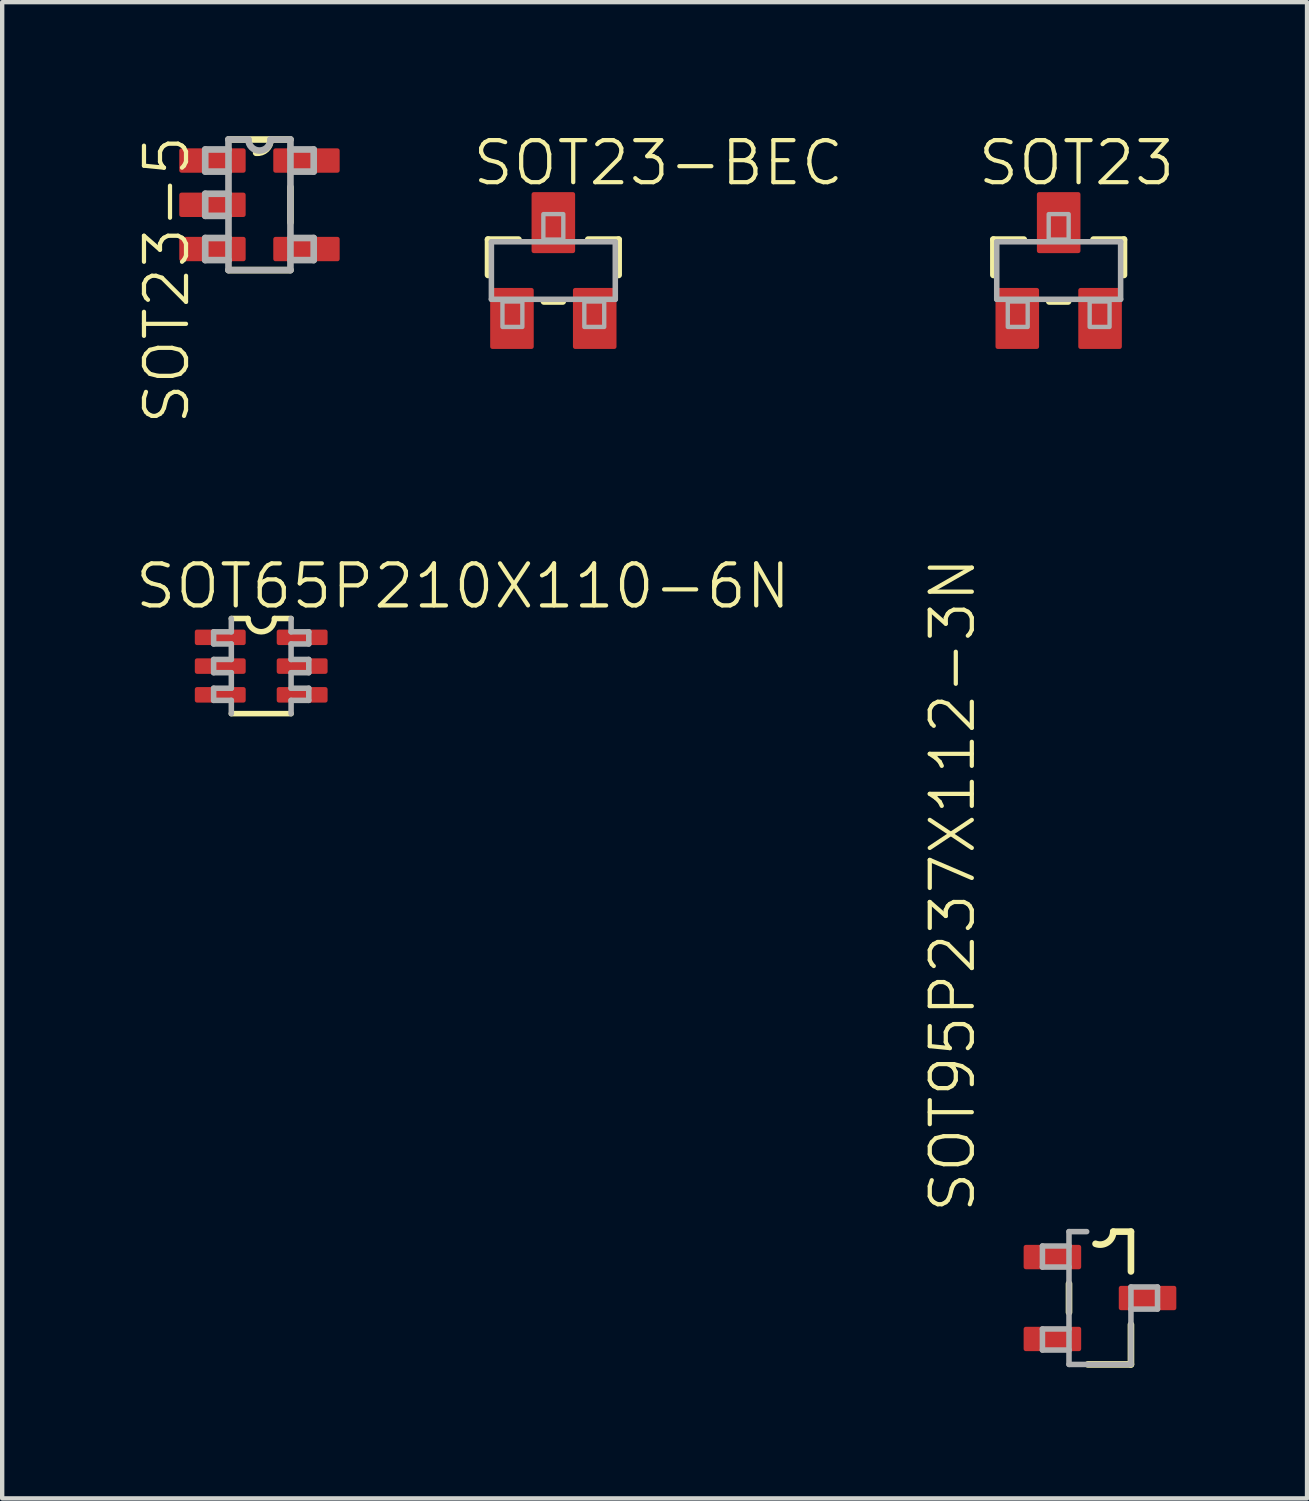
<source format=kicad_pcb>
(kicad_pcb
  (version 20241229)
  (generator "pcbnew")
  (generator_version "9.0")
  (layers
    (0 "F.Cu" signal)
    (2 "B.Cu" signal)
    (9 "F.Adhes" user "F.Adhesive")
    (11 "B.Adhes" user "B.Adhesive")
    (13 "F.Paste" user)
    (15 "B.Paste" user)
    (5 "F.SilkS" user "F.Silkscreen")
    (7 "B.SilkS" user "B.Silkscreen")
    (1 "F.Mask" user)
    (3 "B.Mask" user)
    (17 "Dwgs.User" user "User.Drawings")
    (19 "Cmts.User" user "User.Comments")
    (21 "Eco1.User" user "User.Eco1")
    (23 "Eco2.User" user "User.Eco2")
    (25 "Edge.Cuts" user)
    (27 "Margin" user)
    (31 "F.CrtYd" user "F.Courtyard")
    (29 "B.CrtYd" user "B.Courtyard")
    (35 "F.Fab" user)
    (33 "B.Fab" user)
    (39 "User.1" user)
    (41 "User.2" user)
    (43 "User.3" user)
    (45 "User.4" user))
  (footprint "SOT95P237X112-3N"
    (layer "F.Cu")
    (at 22.2 26.746)
    (property "Reference" "SOT95P237X112-3N" (at -2.819 -1.905 90) (layer "F.SilkS") (effects (font (size 0.965 0.965) (thickness 0.097)) (justify left bottom)))
    (attr through_hole)
    (fp_line (start -0.711 -0.33) (end -0.711 0.33) (stroke (width 0.152) (type solid)) (layer "F.SilkS"))
    (fp_line (start -0.279 1.524) (end 0.711 1.524) (stroke (width 0.152) (type solid)) (layer "F.SilkS"))
    (fp_line (start 0.711 -1.524) (end 0.305 -1.524) (stroke (width 0.152) (type solid)) (layer "F.SilkS"))
    (fp_line (start 0.711 -0.61) (end 0.711 -1.524) (stroke (width 0.152) (type solid)) (layer "F.SilkS"))
    (fp_line (start 0.711 1.524) (end 0.711 0.61) (stroke (width 0.152) (type solid)) (layer "F.SilkS"))
    (fp_arc (start 0.3048 -1.524) (mid 0.174323 -1.278521) (end -0.1016 -1.2446) (stroke (width 0.1524) (type solid)) (layer "F.SilkS"))
    (fp_line (start -1.321 -1.194) (end -1.321 -0.711) (stroke (width 0.127) (type solid)) (layer "F.Fab"))
    (fp_line (start -1.321 -0.711) (end -0.711 -0.711) (stroke (width 0.127) (type solid)) (layer "F.Fab"))
    (fp_line (start -1.321 0.711) (end -1.321 1.194) (stroke (width 0.127) (type solid)) (layer "F.Fab"))
    (fp_line (start -1.321 1.194) (end -0.711 1.194) (stroke (width 0.127) (type solid)) (layer "F.Fab"))
    (fp_line (start -0.711 -1.524) (end -0.711 -1.194) (stroke (width 0.127) (type solid)) (layer "F.Fab"))
    (fp_line (start -0.711 -1.194) (end -1.321 -1.194) (stroke (width 0.127) (type solid)) (layer "F.Fab"))
    (fp_line (start -0.711 -1.194) (end -0.711 -0.711) (stroke (width 0.127) (type solid)) (layer "F.Fab"))
    (fp_line (start -0.711 -0.711) (end -0.711 0.711) (stroke (width 0.127) (type solid)) (layer "F.Fab"))
    (fp_line (start -0.711 0.711) (end -1.321 0.711) (stroke (width 0.127) (type solid)) (layer "F.Fab"))
    (fp_line (start -0.711 1.194) (end -0.711 0.711) (stroke (width 0.127) (type solid)) (layer "F.Fab"))
    (fp_line (start -0.711 1.524) (end -0.711 1.194) (stroke (width 0.127) (type solid)) (layer "F.Fab"))
    (fp_line (start -0.711 1.524) (end 0.711 1.524) (stroke (width 0.127) (type solid)) (layer "F.Fab"))
    (fp_line (start -0.305 -1.524) (end -0.711 -1.524) (stroke (width 0.127) (type solid)) (layer "F.Fab"))
    (fp_line (start 0.711 0.254) (end 0.711 -0.254) (stroke (width 0.127) (type solid)) (layer "F.Fab"))
    (fp_line (start 0.711 0.254) (end 1.321 0.254) (stroke (width 0.127) (type solid)) (layer "F.Fab"))
    (fp_line (start 0.711 1.524) (end 0.711 0.254) (stroke (width 0.127) (type solid)) (layer "F.Fab"))
    (fp_line (start 1.321 -0.254) (end 0.711 -0.254) (stroke (width 0.127) (type solid)) (layer "F.Fab"))
    (fp_line (start 1.321 0.254) (end 1.321 -0.254) (stroke (width 0.127) (type solid)) (layer "F.Fab"))
    (pad "1" smd roundrect (at -1.092 -0.94) (size 1.321 0.559) (layers "F.Cu" "F.Mask" "F.Paste") (roundrect_rratio 0.091))
    (pad "2" smd roundrect (at -1.092 0.94) (size 1.321 0.559) (layers "F.Cu" "F.Mask" "F.Paste") (roundrect_rratio 0.091))
    (pad "3" smd roundrect (at 1.092 0) (size 1.321 0.559) (layers "F.Cu" "F.Mask" "F.Paste") (roundrect_rratio 0.091)))
  (footprint "SOT23-5"
    (layer "F.Cu")
    (at 2.906 1.651)
    (property "Reference" "SOT23-5" (at -2.692 -1.651 90) (layer "F.SilkS") (effects (font (size 0.965 0.965) (thickness 0.097)) (justify right top)))
    (attr through_hole)
    (fp_line (start -0.711 1.499) (end 0.711 1.499) (stroke (width 0.152) (type solid)) (layer "F.SilkS"))
    (fp_line (start 0.254 -1.499) (end -0.711 -1.499) (stroke (width 0.152) (type solid)) (layer "F.SilkS"))
    (fp_line (start 0.711 -1.499) (end 0.254 -1.499) (stroke (width 0.152) (type solid)) (layer "F.SilkS"))
    (fp_line (start 0.711 -0.406) (end 0.711 0.406) (stroke (width 0.152) (type solid)) (layer "F.SilkS"))
    (fp_arc (start 0.254 -1.4986) (mid 0.155958 -1.273555) (end -0.076199 -1.193801) (stroke (width 0.1524) (type solid)) (layer "F.SilkS"))
    (fp_line (start -1.245 -1.27) (end -1.245 -0.762) (stroke (width 0.152) (type solid)) (layer "F.Fab"))
    (fp_line (start -1.245 -0.762) (end -0.711 -0.762) (stroke (width 0.152) (type solid)) (layer "F.Fab"))
    (fp_line (start -1.245 -0.254) (end -1.245 0.254) (stroke (width 0.152) (type solid)) (layer "F.Fab"))
    (fp_line (start -1.245 0.254) (end -0.711 0.254) (stroke (width 0.152) (type solid)) (layer "F.Fab"))
    (fp_line (start -1.245 0.762) (end -1.245 1.27) (stroke (width 0.152) (type solid)) (layer "F.Fab"))
    (fp_line (start -1.245 1.27) (end -0.711 1.27) (stroke (width 0.152) (type solid)) (layer "F.Fab"))
    (fp_line (start -0.711 -1.499) (end -0.711 -1.27) (stroke (width 0.152) (type solid)) (layer "F.Fab"))
    (fp_line (start -0.711 -1.27) (end -1.245 -1.27) (stroke (width 0.152) (type solid)) (layer "F.Fab"))
    (fp_line (start -0.711 -1.27) (end -0.711 -0.762) (stroke (width 0.152) (type solid)) (layer "F.Fab"))
    (fp_line (start -0.711 -0.762) (end -0.711 0.762) (stroke (width 0.152) (type solid)) (layer "F.Fab"))
    (fp_line (start -0.711 -0.254) (end -1.245 -0.254) (stroke (width 0.152) (type solid)) (layer "F.Fab"))
    (fp_line (start -0.711 0.762) (end -1.245 0.762) (stroke (width 0.152) (type solid)) (layer "F.Fab"))
    (fp_line (start -0.711 1.27) (end -0.711 0.762) (stroke (width 0.152) (type solid)) (layer "F.Fab"))
    (fp_line (start -0.711 1.499) (end -0.711 1.27) (stroke (width 0.152) (type solid)) (layer "F.Fab"))
    (fp_line (start -0.711 1.499) (end 0.711 1.499) (stroke (width 0.152) (type solid)) (layer "F.Fab"))
    (fp_line (start -0.254 -1.499) (end -0.711 -1.499) (stroke (width 0.152) (type solid)) (layer "F.Fab"))
    (fp_line (start 0.711 -1.499) (end 0.254 -1.499) (stroke (width 0.152) (type solid)) (layer "F.Fab"))
    (fp_line (start 0.711 -0.762) (end 1.245 -0.762) (stroke (width 0.152) (type solid)) (layer "F.Fab"))
    (fp_line (start 0.711 1.27) (end 1.245 1.27) (stroke (width 0.152) (type solid)) (layer "F.Fab"))
    (fp_line (start 0.711 1.499) (end 0.711 -1.499) (stroke (width 0.152) (type solid)) (layer "F.Fab"))
    (fp_line (start 1.245 -1.27) (end 0.711 -1.27) (stroke (width 0.152) (type solid)) (layer "F.Fab"))
    (fp_line (start 1.245 -0.762) (end 1.245 -1.27) (stroke (width 0.152) (type solid)) (layer "F.Fab"))
    (fp_line (start 1.245 0.762) (end 0.711 0.762) (stroke (width 0.152) (type solid)) (layer "F.Fab"))
    (fp_line (start 1.245 1.27) (end 1.245 0.762) (stroke (width 0.152) (type solid)) (layer "F.Fab"))
    (fp_arc (start 0.254 -1.4986) (mid 0 -1.2446) (end -0.254 -1.4986) (stroke (width 0.1524) (type solid)) (layer "F.Fab"))
    (pad "1" smd roundrect (at -1.079 -1.016) (size 1.524 0.559) (layers "F.Cu" "F.Mask" "F.Paste") (roundrect_rratio 0.091))
    (pad "2" smd roundrect (at -1.079 0) (size 1.524 0.559) (layers "F.Cu" "F.Mask" "F.Paste") (roundrect_rratio 0.091))
    (pad "3" smd roundrect (at -1.079 1.016) (size 1.524 0.559) (layers "F.Cu" "F.Mask" "F.Paste") (roundrect_rratio 0.091))
    (pad "4" smd roundrect (at 1.079 1.016) (size 1.524 0.559) (layers "F.Cu" "F.Mask" "F.Paste") (roundrect_rratio 0.091))
    (pad "5" smd roundrect (at 1.079 -1.016) (size 1.524 0.559) (layers "F.Cu" "F.Mask" "F.Paste") (roundrect_rratio 0.091)))
  (footprint "SOT65P210X110-6N"
    (layer "F.Cu")
    (at 2.946 12.24)
    (property "Reference" "SOT65P210X110-6N" (at -2.946 -1.27 0) (layer "F.SilkS") (effects (font (size 0.965 0.965) (thickness 0.097)) (justify left bottom)))
    (attr through_hole)
    (fp_line (start -0.686 1.092) (end 0.686 1.092) (stroke (width 0.127) (type solid)) (layer "F.SilkS"))
    (fp_line (start -0.305 -1.092) (end -0.686 -1.092) (stroke (width 0.127) (type solid)) (layer "F.SilkS"))
    (fp_line (start 0.686 -1.092) (end 0.305 -1.092) (stroke (width 0.127) (type solid)) (layer "F.SilkS"))
    (fp_arc (start 0.3048 -1.0922) (mid 0 -0.7874) (end -0.3048 -1.0922) (stroke (width 0.127) (type solid)) (layer "F.SilkS"))
    (fp_line (start -1.092 -0.787) (end -1.092 -0.508) (stroke (width 0.127) (type solid)) (layer "F.Fab"))
    (fp_line (start -1.092 -0.508) (end -0.686 -0.508) (stroke (width 0.127) (type solid)) (layer "F.Fab"))
    (fp_line (start -1.092 -0.152) (end -1.092 0.152) (stroke (width 0.127) (type solid)) (layer "F.Fab"))
    (fp_line (start -1.092 0.152) (end -0.686 0.152) (stroke (width 0.127) (type solid)) (layer "F.Fab"))
    (fp_line (start -1.092 0.508) (end -1.092 0.787) (stroke (width 0.127) (type solid)) (layer "F.Fab"))
    (fp_line (start -1.092 0.787) (end -0.686 0.787) (stroke (width 0.127) (type solid)) (layer "F.Fab"))
    (fp_line (start -0.686 -1.092) (end -0.686 -0.787) (stroke (width 0.127) (type solid)) (layer "F.Fab"))
    (fp_line (start -0.686 -0.787) (end -1.092 -0.787) (stroke (width 0.127) (type solid)) (layer "F.Fab"))
    (fp_line (start -0.686 -0.508) (end -0.686 -0.152) (stroke (width 0.127) (type solid)) (layer "F.Fab"))
    (fp_line (start -0.686 -0.152) (end -1.092 -0.152) (stroke (width 0.127) (type solid)) (layer "F.Fab"))
    (fp_line (start -0.686 0.152) (end -0.686 0.508) (stroke (width 0.127) (type solid)) (layer "F.Fab"))
    (fp_line (start -0.686 0.508) (end -1.092 0.508) (stroke (width 0.127) (type solid)) (layer "F.Fab"))
    (fp_line (start -0.686 0.787) (end -0.686 1.092) (stroke (width 0.127) (type solid)) (layer "F.Fab"))
    (fp_line (start 0.686 -0.787) (end 0.686 -1.092) (stroke (width 0.127) (type solid)) (layer "F.Fab"))
    (fp_line (start 0.686 -0.508) (end 1.092 -0.508) (stroke (width 0.127) (type solid)) (layer "F.Fab"))
    (fp_line (start 0.686 -0.152) (end 0.686 -0.508) (stroke (width 0.127) (type solid)) (layer "F.Fab"))
    (fp_line (start 0.686 0.152) (end 1.092 0.152) (stroke (width 0.127) (type solid)) (layer "F.Fab"))
    (fp_line (start 0.686 0.508) (end 0.686 0.152) (stroke (width 0.127) (type solid)) (layer "F.Fab"))
    (fp_line (start 0.686 0.787) (end 1.092 0.787) (stroke (width 0.127) (type solid)) (layer "F.Fab"))
    (fp_line (start 0.686 1.092) (end 0.686 0.787) (stroke (width 0.127) (type solid)) (layer "F.Fab"))
    (fp_line (start 1.092 -0.787) (end 0.686 -0.787) (stroke (width 0.127) (type solid)) (layer "F.Fab"))
    (fp_line (start 1.092 -0.508) (end 1.092 -0.787) (stroke (width 0.127) (type solid)) (layer "F.Fab"))
    (fp_line (start 1.092 -0.152) (end 0.686 -0.152) (stroke (width 0.127) (type solid)) (layer "F.Fab"))
    (fp_line (start 1.092 0.152) (end 1.092 -0.152) (stroke (width 0.127) (type solid)) (layer "F.Fab"))
    (fp_line (start 1.092 0.508) (end 0.686 0.508) (stroke (width 0.127) (type solid)) (layer "F.Fab"))
    (fp_line (start 1.092 0.787) (end 1.092 0.508) (stroke (width 0.127) (type solid)) (layer "F.Fab"))
    (pad "1" smd roundrect (at -0.94 -0.66) (size 1.168 0.356) (layers "F.Cu" "F.Mask" "F.Paste") (roundrect_rratio 0.143))
    (pad "2" smd roundrect (at -0.94 0) (size 1.168 0.356) (layers "F.Cu" "F.Mask" "F.Paste") (roundrect_rratio 0.143))
    (pad "3" smd roundrect (at -0.94 0.66) (size 1.168 0.356) (layers "F.Cu" "F.Mask" "F.Paste") (roundrect_rratio 0.143))
    (pad "4" smd roundrect (at 0.94 0.66) (size 1.168 0.356) (layers "F.Cu" "F.Mask" "F.Paste") (roundrect_rratio 0.143))
    (pad "5" smd roundrect (at 0.94 0) (size 1.168 0.356) (layers "F.Cu" "F.Mask" "F.Paste") (roundrect_rratio 0.143))
    (pad "6" smd roundrect (at 0.94 -0.66) (size 1.168 0.356) (layers "F.Cu" "F.Mask" "F.Paste") (roundrect_rratio 0.143)))
  (footprint "SOT23-BEC"
    (layer "F.Cu")
    (at 9.652 3.16)
    (property "Reference" "SOT23-BEC" (at -1.905 -1.905 0) (layer "F.SilkS") (effects (font (size 0.965 0.965) (thickness 0.097)) (justify left bottom)))
    (attr through_hole)
    (fp_line (start -1.499 -0.711) (end -1.499 0.102) (stroke (width 0.152) (type solid)) (layer "F.SilkS"))
    (fp_line (start -0.8 -0.711) (end -1.499 -0.711) (stroke (width 0.152) (type solid)) (layer "F.SilkS"))
    (fp_line (start -0.216 0.711) (end 0.216 0.711) (stroke (width 0.152) (type solid)) (layer "F.SilkS"))
    (fp_line (start 1.499 -0.711) (end 0.8 -0.711) (stroke (width 0.152) (type solid)) (layer "F.SilkS"))
    (fp_line (start 1.499 0.102) (end 1.499 -0.711) (stroke (width 0.152) (type solid)) (layer "F.SilkS"))
    (fp_line (start -1.422 -0.66) (end 1.422 -0.66) (stroke (width 0.127) (type solid)) (layer "F.Fab"))
    (fp_line (start -1.422 0.66) (end -1.422 -0.66) (stroke (width 0.127) (type solid)) (layer "F.Fab"))
    (fp_line (start 1.422 -0.66) (end 1.422 0.66) (stroke (width 0.127) (type solid)) (layer "F.Fab"))
    (fp_line (start 1.422 0.66) (end -1.422 0.66) (stroke (width 0.127) (type solid)) (layer "F.Fab"))
    (fp_poly (pts (xy -1.168 1.295) (xy -0.711 1.295) (xy -0.711 0.711) (xy -1.168 0.711)) (stroke (width 0.1) (type solid)) (fill no) (layer "F.Fab"))
    (fp_poly (pts (xy -0.229 -0.711) (xy 0.229 -0.711) (xy 0.229 -1.295) (xy -0.229 -1.295)) (stroke (width 0.1) (type solid)) (fill no) (layer "F.Fab"))
    (fp_poly (pts (xy 0.711 1.295) (xy 1.168 1.295) (xy 1.168 0.711) (xy 0.711 0.711)) (stroke (width 0.1) (type solid)) (fill no) (layer "F.Fab"))
    (pad "B" smd roundrect (at -0.95 1.1) (size 1 1.4) (layers "F.Cu" "F.Mask" "F.Paste") (roundrect_rratio 0.051))
    (pad "C" smd roundrect (at 0 -1.1) (size 1 1.4) (layers "F.Cu" "F.Mask" "F.Paste") (roundrect_rratio 0.051))
    (pad "E" smd roundrect (at 0.95 1.1) (size 1 1.4) (layers "F.Cu" "F.Mask" "F.Paste") (roundrect_rratio 0.051)))
  (footprint "SOT23"
    (layer "F.Cu")
    (at 21.252 3.16)
    (property "Reference" "SOT23" (at -1.905 -1.905 180) (layer "F.SilkS") (effects (font (size 0.965 0.965) (thickness 0.097)) (justify left bottom)))
    (attr through_hole)
    (fp_line (start -1.499 -0.711) (end -1.499 0.102) (stroke (width 0.152) (type solid)) (layer "F.SilkS"))
    (fp_line (start -0.8 -0.711) (end -1.499 -0.711) (stroke (width 0.152) (type solid)) (layer "F.SilkS"))
    (fp_line (start -0.216 0.711) (end 0.216 0.711) (stroke (width 0.152) (type solid)) (layer "F.SilkS"))
    (fp_line (start 1.499 -0.711) (end 0.8 -0.711) (stroke (width 0.152) (type solid)) (layer "F.SilkS"))
    (fp_line (start 1.499 0.102) (end 1.499 -0.711) (stroke (width 0.152) (type solid)) (layer "F.SilkS"))
    (fp_line (start -1.422 -0.66) (end 1.422 -0.66) (stroke (width 0.127) (type solid)) (layer "F.Fab"))
    (fp_line (start -1.422 0.66) (end -1.422 -0.66) (stroke (width 0.127) (type solid)) (layer "F.Fab"))
    (fp_line (start 1.422 -0.66) (end 1.422 0.66) (stroke (width 0.127) (type solid)) (layer "F.Fab"))
    (fp_line (start 1.422 0.66) (end -1.422 0.66) (stroke (width 0.127) (type solid)) (layer "F.Fab"))
    (fp_poly (pts (xy -1.168 1.295) (xy -0.711 1.295) (xy -0.711 0.711) (xy -1.168 0.711)) (stroke (width 0.1) (type solid)) (fill no) (layer "F.Fab"))
    (fp_poly (pts (xy -0.229 -0.711) (xy 0.229 -0.711) (xy 0.229 -1.295) (xy -0.229 -1.295)) (stroke (width 0.1) (type solid)) (fill no) (layer "F.Fab"))
    (fp_poly (pts (xy 0.711 1.295) (xy 1.168 1.295) (xy 1.168 0.711) (xy 0.711 0.711)) (stroke (width 0.1) (type solid)) (fill no) (layer "F.Fab"))
    (pad "1" smd roundrect (at -0.95 1.1) (size 1 1.4) (layers "F.Cu" "F.Mask" "F.Paste") (roundrect_rratio 0.051))
    (pad "2" smd roundrect (at 0.95 1.1) (size 1 1.4) (layers "F.Cu" "F.Mask" "F.Paste") (roundrect_rratio 0.051))
    (pad "3" smd roundrect (at 0 -1.1) (size 1 1.4) (layers "F.Cu" "F.Mask" "F.Paste") (roundrect_rratio 0.051)))
  (gr_rect
    (start -3 -3)
    (end 26.953 31.346)
    (stroke (width 0.1) (type default))
    (fill no)
    (layer "Edge.Cuts")))
</source>
